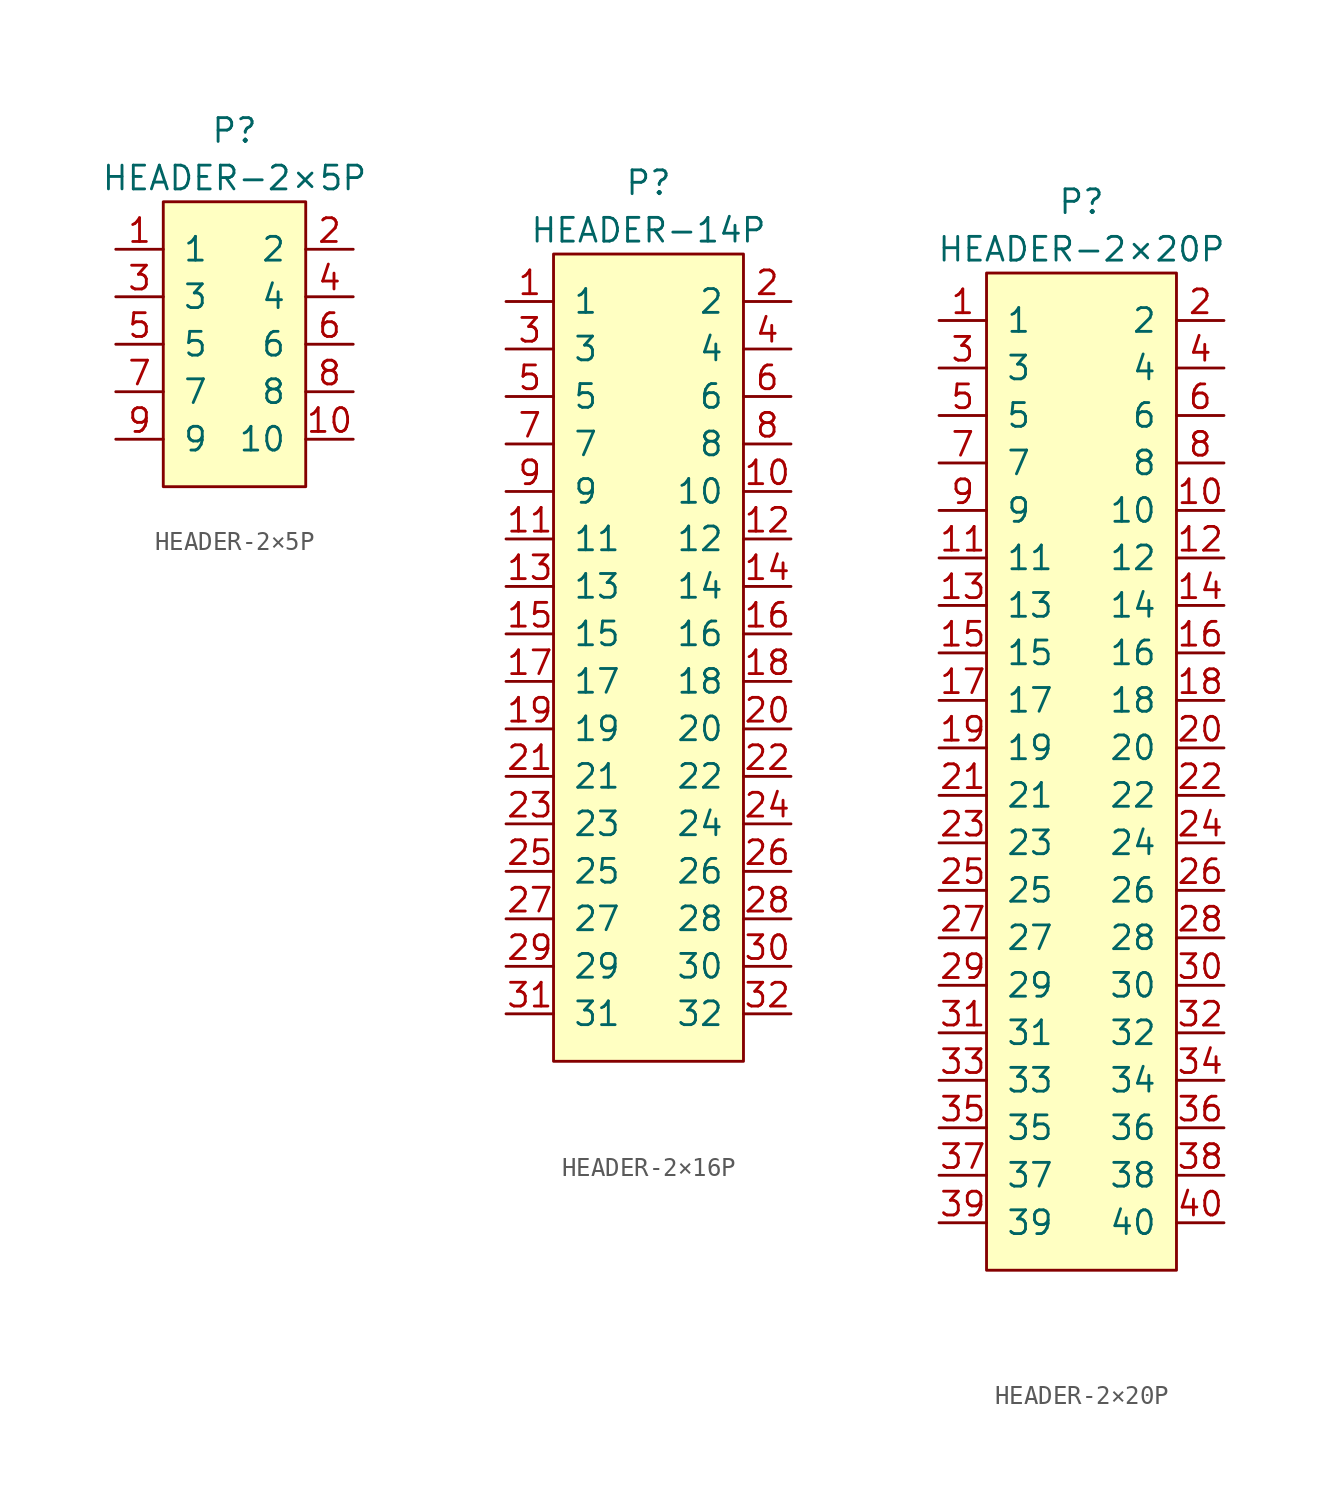
<source format=kicad_sym>
(kicad_symbol_lib
  (version 20220914)
  (generator kicad_symbol_editor)
  (symbol "HEADER-2×5P"
    (pin_names
      (offset 1.016))
    (property "Reference" "P"
      (at 1.27 10.16 0)
      (effects (font (size 1.27 1.27))))
    (property "Value" "HEADER-2×5P"
      (at 1.27 7.62 0)
      (effects (font (size 1.27 1.27))))
    (symbol "HEADER-2×5P_0_1"
      (rectangle (start -2.54 6.35) (end 5.08 -8.89) (stroke (width 0) (type default)) (fill (type background))))
    (symbol "HEADER-2×5P_1_1"
      (pin passive line (at -5.08 3.81 0) (length 2.54) (name "1" (effects (font (size 1.27 1.27)))) (number "1" (effects (font (size 1.27 1.27)))))
      (pin passive line (at 7.62 -6.35 180) (length 2.54) (name "10" (effects (font (size 1.27 1.27)))) (number "10" (effects (font (size 1.27 1.27)))))
      (pin passive line (at 7.62 3.81 180) (length 2.54) (name "2" (effects (font (size 1.27 1.27)))) (number "2" (effects (font (size 1.27 1.27)))))
      (pin passive line (at -5.08 1.27 0) (length 2.54) (name "3" (effects (font (size 1.27 1.27)))) (number "3" (effects (font (size 1.27 1.27)))))
      (pin passive line (at 7.62 1.27 180) (length 2.54) (name "4" (effects (font (size 1.27 1.27)))) (number "4" (effects (font (size 1.27 1.27)))))
      (pin passive line (at -5.08 -1.27 0) (length 2.54) (name "5" (effects (font (size 1.27 1.27)))) (number "5" (effects (font (size 1.27 1.27)))))
      (pin passive line (at 7.62 -1.27 180) (length 2.54) (name "6" (effects (font (size 1.27 1.27)))) (number "6" (effects (font (size 1.27 1.27)))))
      (pin passive line (at -5.08 -3.81 0) (length 2.54) (name "7" (effects (font (size 1.27 1.27)))) (number "7" (effects (font (size 1.27 1.27)))))
      (pin passive line (at 7.62 -3.81 180) (length 2.54) (name "8" (effects (font (size 1.27 1.27)))) (number "8" (effects (font (size 1.27 1.27)))))
      (pin passive line (at -5.08 -6.35 0) (length 2.54) (name "9" (effects (font (size 1.27 1.27)))) (number "9" (effects (font (size 1.27 1.27)))))))
  (symbol "HEADER-2×16P"
    (pin_names
      (offset 1.016))
    (property "Reference" "P"
      (at 0 24.13 0)
      (effects (font (size 1.27 1.27))))
    (property "Value" "HEADER-14P"
      (at 0 21.59 0)
      (effects (font (size 1.27 1.27))))
    (symbol "HEADER-2×16P_0_1"
      (rectangle (start -5.08 20.32) (end 5.08 -22.86) (stroke (width 0) (type default)) (fill (type background))))
    (symbol "HEADER-2×16P_1_1"
      (pin passive line (at -7.62 17.78 0) (length 2.54) (name "1" (effects (font (size 1.27 1.27)))) (number "1" (effects (font (size 1.27 1.27)))))
      (pin passive line (at 7.62 7.62 180) (length 2.54) (name "10" (effects (font (size 1.27 1.27)))) (number "10" (effects (font (size 1.27 1.27)))))
      (pin passive line (at -7.62 5.08 0) (length 2.54) (name "11" (effects (font (size 1.27 1.27)))) (number "11" (effects (font (size 1.27 1.27)))))
      (pin passive line (at 7.62 5.08 180) (length 2.54) (name "12" (effects (font (size 1.27 1.27)))) (number "12" (effects (font (size 1.27 1.27)))))
      (pin passive line (at -7.62 2.54 0) (length 2.54) (name "13" (effects (font (size 1.27 1.27)))) (number "13" (effects (font (size 1.27 1.27)))))
      (pin passive line (at 7.62 2.54 180) (length 2.54) (name "14" (effects (font (size 1.27 1.27)))) (number "14" (effects (font (size 1.27 1.27)))))
      (pin passive line (at -7.62 0 0) (length 2.54) (name "15" (effects (font (size 1.27 1.27)))) (number "15" (effects (font (size 1.27 1.27)))))
      (pin passive line (at 7.62 0 180) (length 2.54) (name "16" (effects (font (size 1.27 1.27)))) (number "16" (effects (font (size 1.27 1.27)))))
      (pin passive line (at -7.62 -2.54 0) (length 2.54) (name "17" (effects (font (size 1.27 1.27)))) (number "17" (effects (font (size 1.27 1.27)))))
      (pin passive line (at 7.62 -2.54 180) (length 2.54) (name "18" (effects (font (size 1.27 1.27)))) (number "18" (effects (font (size 1.27 1.27)))))
      (pin passive line (at -7.62 -5.08 0) (length 2.54) (name "19" (effects (font (size 1.27 1.27)))) (number "19" (effects (font (size 1.27 1.27)))))
      (pin passive line (at 7.62 17.78 180) (length 2.54) (name "2" (effects (font (size 1.27 1.27)))) (number "2" (effects (font (size 1.27 1.27)))))
      (pin passive line (at 7.62 -5.08 180) (length 2.54) (name "20" (effects (font (size 1.27 1.27)))) (number "20" (effects (font (size 1.27 1.27)))))
      (pin passive line (at -7.62 -7.62 0) (length 2.54) (name "21" (effects (font (size 1.27 1.27)))) (number "21" (effects (font (size 1.27 1.27)))))
      (pin passive line (at 7.62 -7.62 180) (length 2.54) (name "22" (effects (font (size 1.27 1.27)))) (number "22" (effects (font (size 1.27 1.27)))))
      (pin passive line (at -7.62 -10.16 0) (length 2.54) (name "23" (effects (font (size 1.27 1.27)))) (number "23" (effects (font (size 1.27 1.27)))))
      (pin passive line (at 7.62 -10.16 180) (length 2.54) (name "24" (effects (font (size 1.27 1.27)))) (number "24" (effects (font (size 1.27 1.27)))))
      (pin passive line (at -7.62 -12.7 0) (length 2.54) (name "25" (effects (font (size 1.27 1.27)))) (number "25" (effects (font (size 1.27 1.27)))))
      (pin passive line (at 7.62 -12.7 180) (length 2.54) (name "26" (effects (font (size 1.27 1.27)))) (number "26" (effects (font (size 1.27 1.27)))))
      (pin passive line (at -7.62 -15.24 0) (length 2.54) (name "27" (effects (font (size 1.27 1.27)))) (number "27" (effects (font (size 1.27 1.27)))))
      (pin passive line (at 7.62 -15.24 180) (length 2.54) (name "28" (effects (font (size 1.27 1.27)))) (number "28" (effects (font (size 1.27 1.27)))))
      (pin passive line (at -7.62 -17.78 0) (length 2.54) (name "29" (effects (font (size 1.27 1.27)))) (number "29" (effects (font (size 1.27 1.27)))))
      (pin passive line (at -7.62 15.24 0) (length 2.54) (name "3" (effects (font (size 1.27 1.27)))) (number "3" (effects (font (size 1.27 1.27)))))
      (pin passive line (at 7.62 -17.78 180) (length 2.54) (name "30" (effects (font (size 1.27 1.27)))) (number "30" (effects (font (size 1.27 1.27)))))
      (pin passive line (at -7.62 -20.32 0) (length 2.54) (name "31" (effects (font (size 1.27 1.27)))) (number "31" (effects (font (size 1.27 1.27)))))
      (pin passive line (at 7.62 -20.32 180) (length 2.54) (name "32" (effects (font (size 1.27 1.27)))) (number "32" (effects (font (size 1.27 1.27)))))
      (pin passive line (at 7.62 15.24 180) (length 2.54) (name "4" (effects (font (size 1.27 1.27)))) (number "4" (effects (font (size 1.27 1.27)))))
      (pin passive line (at -7.62 12.7 0) (length 2.54) (name "5" (effects (font (size 1.27 1.27)))) (number "5" (effects (font (size 1.27 1.27)))))
      (pin passive line (at 7.62 12.7 180) (length 2.54) (name "6" (effects (font (size 1.27 1.27)))) (number "6" (effects (font (size 1.27 1.27)))))
      (pin passive line (at -7.62 10.16 0) (length 2.54) (name "7" (effects (font (size 1.27 1.27)))) (number "7" (effects (font (size 1.27 1.27)))))
      (pin passive line (at 7.62 10.16 180) (length 2.54) (name "8" (effects (font (size 1.27 1.27)))) (number "8" (effects (font (size 1.27 1.27)))))
      (pin passive line (at -7.62 7.62 0) (length 2.54) (name "9" (effects (font (size 1.27 1.27)))) (number "9" (effects (font (size 1.27 1.27)))))))
  (symbol "HEADER-2×20P"
    (pin_names
      (offset 1.016))
    (property "Reference" "P"
      (at 0 30.48 0)
      (effects (font (size 1.27 1.27))))
    (property "Value" "HEADER-2×20P"
      (at 0 27.94 0)
      (effects (font (size 1.27 1.27))))
    (symbol "HEADER-2×20P_0_1"
      (rectangle (start -5.08 26.67) (end 5.08 -26.67) (stroke (width 0) (type default)) (fill (type background))))
    (symbol "HEADER-2×20P_1_1"
      (pin passive line (at -7.62 24.13 0) (length 2.54) (name "1" (effects (font (size 1.27 1.27)))) (number "1" (effects (font (size 1.27 1.27)))))
      (pin passive line (at 7.62 13.97 180) (length 2.54) (name "10" (effects (font (size 1.27 1.27)))) (number "10" (effects (font (size 1.27 1.27)))))
      (pin passive line (at -7.62 11.43 0) (length 2.54) (name "11" (effects (font (size 1.27 1.27)))) (number "11" (effects (font (size 1.27 1.27)))))
      (pin passive line (at 7.62 11.43 180) (length 2.54) (name "12" (effects (font (size 1.27 1.27)))) (number "12" (effects (font (size 1.27 1.27)))))
      (pin passive line (at -7.62 8.89 0) (length 2.54) (name "13" (effects (font (size 1.27 1.27)))) (number "13" (effects (font (size 1.27 1.27)))))
      (pin passive line (at 7.62 8.89 180) (length 2.54) (name "14" (effects (font (size 1.27 1.27)))) (number "14" (effects (font (size 1.27 1.27)))))
      (pin passive line (at -7.62 6.35 0) (length 2.54) (name "15" (effects (font (size 1.27 1.27)))) (number "15" (effects (font (size 1.27 1.27)))))
      (pin passive line (at 7.62 6.35 180) (length 2.54) (name "16" (effects (font (size 1.27 1.27)))) (number "16" (effects (font (size 1.27 1.27)))))
      (pin passive line (at -7.62 3.81 0) (length 2.54) (name "17" (effects (font (size 1.27 1.27)))) (number "17" (effects (font (size 1.27 1.27)))))
      (pin passive line (at 7.62 3.81 180) (length 2.54) (name "18" (effects (font (size 1.27 1.27)))) (number "18" (effects (font (size 1.27 1.27)))))
      (pin passive line (at -7.62 1.27 0) (length 2.54) (name "19" (effects (font (size 1.27 1.27)))) (number "19" (effects (font (size 1.27 1.27)))))
      (pin passive line (at 7.62 24.13 180) (length 2.54) (name "2" (effects (font (size 1.27 1.27)))) (number "2" (effects (font (size 1.27 1.27)))))
      (pin passive line (at 7.62 1.27 180) (length 2.54) (name "20" (effects (font (size 1.27 1.27)))) (number "20" (effects (font (size 1.27 1.27)))))
      (pin passive line (at -7.62 -1.27 0) (length 2.54) (name "21" (effects (font (size 1.27 1.27)))) (number "21" (effects (font (size 1.27 1.27)))))
      (pin passive line (at 7.62 -1.27 180) (length 2.54) (name "22" (effects (font (size 1.27 1.27)))) (number "22" (effects (font (size 1.27 1.27)))))
      (pin passive line (at -7.62 -3.81 0) (length 2.54) (name "23" (effects (font (size 1.27 1.27)))) (number "23" (effects (font (size 1.27 1.27)))))
      (pin passive line (at 7.62 -3.81 180) (length 2.54) (name "24" (effects (font (size 1.27 1.27)))) (number "24" (effects (font (size 1.27 1.27)))))
      (pin passive line (at -7.62 -6.35 0) (length 2.54) (name "25" (effects (font (size 1.27 1.27)))) (number "25" (effects (font (size 1.27 1.27)))))
      (pin passive line (at 7.62 -6.35 180) (length 2.54) (name "26" (effects (font (size 1.27 1.27)))) (number "26" (effects (font (size 1.27 1.27)))))
      (pin passive line (at -7.62 -8.89 0) (length 2.54) (name "27" (effects (font (size 1.27 1.27)))) (number "27" (effects (font (size 1.27 1.27)))))
      (pin passive line (at 7.62 -8.89 180) (length 2.54) (name "28" (effects (font (size 1.27 1.27)))) (number "28" (effects (font (size 1.27 1.27)))))
      (pin passive line (at -7.62 -11.43 0) (length 2.54) (name "29" (effects (font (size 1.27 1.27)))) (number "29" (effects (font (size 1.27 1.27)))))
      (pin passive line (at -7.62 21.59 0) (length 2.54) (name "3" (effects (font (size 1.27 1.27)))) (number "3" (effects (font (size 1.27 1.27)))))
      (pin passive line (at 7.62 -11.43 180) (length 2.54) (name "30" (effects (font (size 1.27 1.27)))) (number "30" (effects (font (size 1.27 1.27)))))
      (pin passive line (at -7.62 -13.97 0) (length 2.54) (name "31" (effects (font (size 1.27 1.27)))) (number "31" (effects (font (size 1.27 1.27)))))
      (pin passive line (at 7.62 -13.97 180) (length 2.54) (name "32" (effects (font (size 1.27 1.27)))) (number "32" (effects (font (size 1.27 1.27)))))
      (pin passive line (at -7.62 -16.51 0) (length 2.54) (name "33" (effects (font (size 1.27 1.27)))) (number "33" (effects (font (size 1.27 1.27)))))
      (pin passive line (at 7.62 -16.51 180) (length 2.54) (name "34" (effects (font (size 1.27 1.27)))) (number "34" (effects (font (size 1.27 1.27)))))
      (pin passive line (at -7.62 -19.05 0) (length 2.54) (name "35" (effects (font (size 1.27 1.27)))) (number "35" (effects (font (size 1.27 1.27)))))
      (pin passive line (at 7.62 -19.05 180) (length 2.54) (name "36" (effects (font (size 1.27 1.27)))) (number "36" (effects (font (size 1.27 1.27)))))
      (pin passive line (at -7.62 -21.59 0) (length 2.54) (name "37" (effects (font (size 1.27 1.27)))) (number "37" (effects (font (size 1.27 1.27)))))
      (pin passive line (at 7.62 -21.59 180) (length 2.54) (name "38" (effects (font (size 1.27 1.27)))) (number "38" (effects (font (size 1.27 1.27)))))
      (pin passive line (at -7.62 -24.13 0) (length 2.54) (name "39" (effects (font (size 1.27 1.27)))) (number "39" (effects (font (size 1.27 1.27)))))
      (pin passive line (at 7.62 21.59 180) (length 2.54) (name "4" (effects (font (size 1.27 1.27)))) (number "4" (effects (font (size 1.27 1.27)))))
      (pin passive line (at 7.62 -24.13 180) (length 2.54) (name "40" (effects (font (size 1.27 1.27)))) (number "40" (effects (font (size 1.27 1.27)))))
      (pin passive line (at -7.62 19.05 0) (length 2.54) (name "5" (effects (font (size 1.27 1.27)))) (number "5" (effects (font (size 1.27 1.27)))))
      (pin passive line (at 7.62 19.05 180) (length 2.54) (name "6" (effects (font (size 1.27 1.27)))) (number "6" (effects (font (size 1.27 1.27)))))
      (pin passive line (at -7.62 16.51 0) (length 2.54) (name "7" (effects (font (size 1.27 1.27)))) (number "7" (effects (font (size 1.27 1.27)))))
      (pin passive line (at 7.62 16.51 180) (length 2.54) (name "8" (effects (font (size 1.27 1.27)))) (number "8" (effects (font (size 1.27 1.27)))))
      (pin passive line (at -7.62 13.97 0) (length 2.54) (name "9" (effects (font (size 1.27 1.27)))) (number "9" (effects (font (size 1.27 1.27))))))))
</source>
